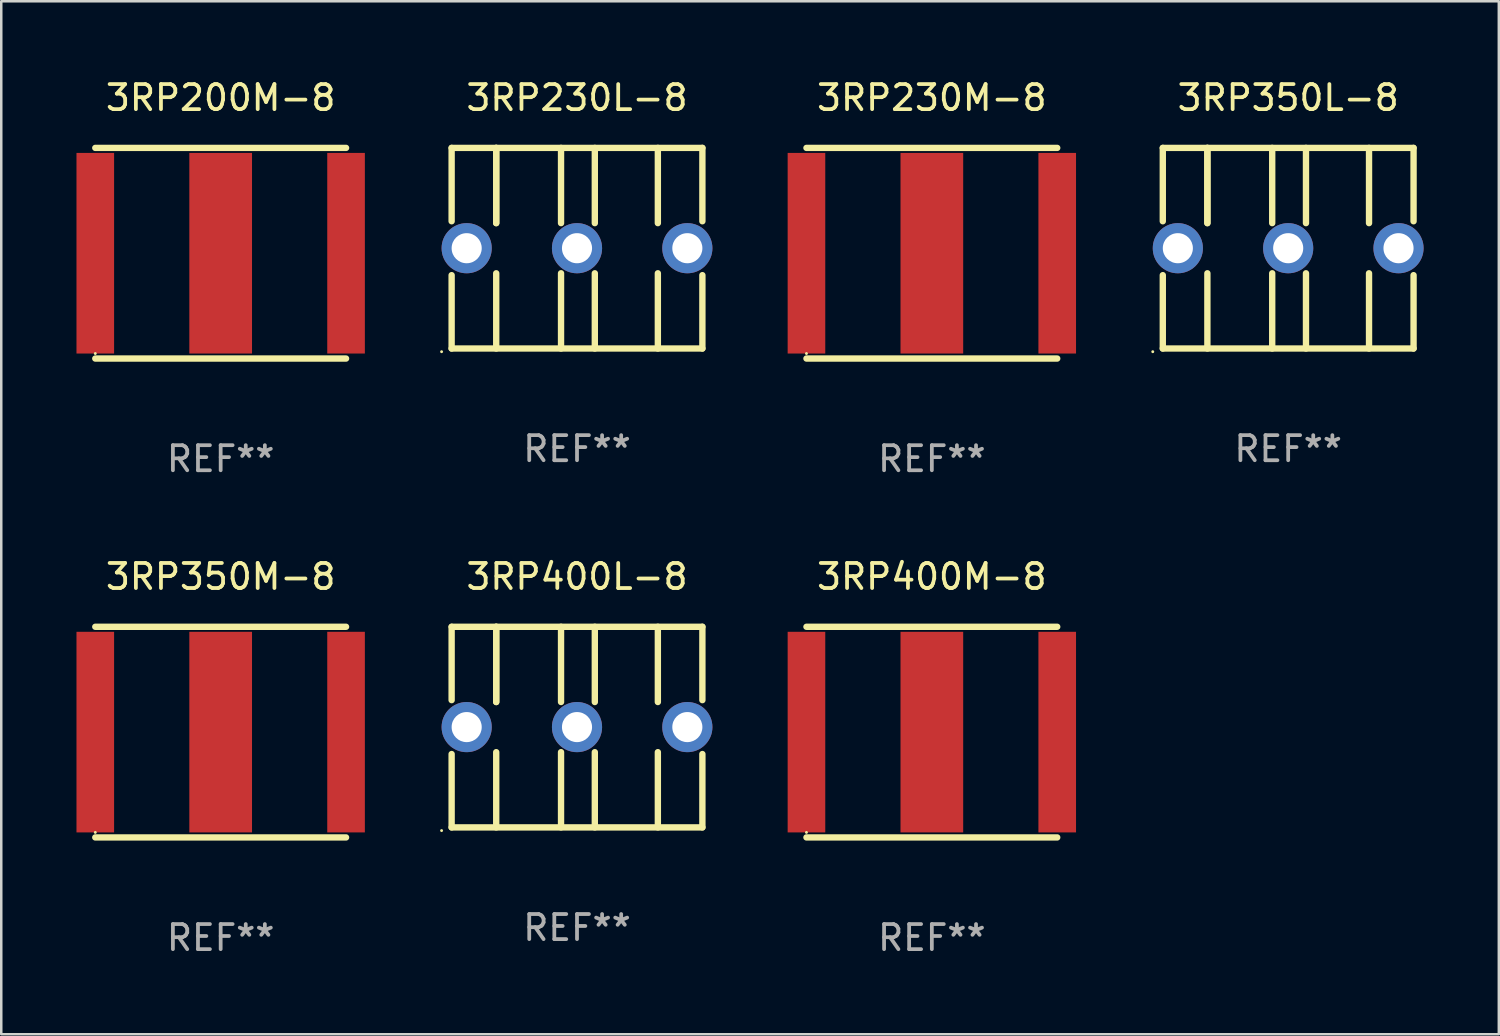
<source format=kicad_pcb>
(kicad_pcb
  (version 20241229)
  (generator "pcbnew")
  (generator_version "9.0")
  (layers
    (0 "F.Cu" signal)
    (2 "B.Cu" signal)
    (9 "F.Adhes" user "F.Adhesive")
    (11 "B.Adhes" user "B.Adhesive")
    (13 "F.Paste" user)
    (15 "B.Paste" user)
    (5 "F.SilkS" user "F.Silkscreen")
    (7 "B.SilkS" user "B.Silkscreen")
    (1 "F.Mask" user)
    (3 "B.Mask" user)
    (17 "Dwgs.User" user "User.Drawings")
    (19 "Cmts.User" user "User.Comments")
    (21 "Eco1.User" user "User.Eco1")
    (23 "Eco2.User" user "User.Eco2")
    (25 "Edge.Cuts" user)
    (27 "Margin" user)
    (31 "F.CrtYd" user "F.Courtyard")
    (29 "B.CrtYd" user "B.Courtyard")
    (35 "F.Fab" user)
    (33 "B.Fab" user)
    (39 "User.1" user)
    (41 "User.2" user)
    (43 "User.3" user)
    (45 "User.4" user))
  (footprint "3RP400L-8"
    (layer "F.Cu")
    (at 19.96 25.945)
    (property "Reference" "3RP400L-8" (at 0 -6 0) (layer "F.SilkS") (effects (font (size 1 1) (thickness 0.15))))
    (attr through_hole)
    (fp_line (start -5 -4) (end -5 -1.075) (stroke (width 0.254) (type solid)) (layer "F.SilkS"))
    (fp_line (start -5 -4) (end 5 -4) (stroke (width 0.254) (type solid)) (layer "F.SilkS"))
    (fp_line (start -5 1.075) (end -5 4) (stroke (width 0.254) (type solid)) (layer "F.SilkS"))
    (fp_line (start -5 4) (end 5 4) (stroke (width 0.254) (type solid)) (layer "F.SilkS"))
    (fp_line (start -3.222 -1) (end -3.222 -4) (stroke (width 0.254) (type solid)) (layer "F.SilkS"))
    (fp_line (start -3.222 -1) (end -3.222 -4) (stroke (width 0.254) (type solid)) (layer "F.SilkS"))
    (fp_line (start -3.222 1) (end -3.222 4) (stroke (width 0.254) (type solid)) (layer "F.SilkS"))
    (fp_line (start -0.637 -1) (end -0.637 -4) (stroke (width 0.254) (type solid)) (layer "F.SilkS"))
    (fp_line (start -0.637 1) (end -0.637 4) (stroke (width 0.254) (type solid)) (layer "F.SilkS"))
    (fp_line (start 0.71 -1) (end 0.71 -4) (stroke (width 0.254) (type solid)) (layer "F.SilkS"))
    (fp_line (start 0.71 1) (end 0.71 4) (stroke (width 0.254) (type solid)) (layer "F.SilkS"))
    (fp_line (start 3.224 -1) (end 3.224 -4) (stroke (width 0.254) (type solid)) (layer "F.SilkS"))
    (fp_line (start 3.224 1) (end 3.224 4) (stroke (width 0.254) (type solid)) (layer "F.SilkS"))
    (fp_line (start 5 -4) (end 5 -1.075) (stroke (width 0.254) (type solid)) (layer "F.SilkS"))
    (fp_line (start 5 1.075) (end 5 4) (stroke (width 0.254) (type solid)) (layer "F.SilkS"))
    (fp_circle (center -5.4 4.127) (end -5.37 4.127) (stroke (width 0.06) (type solid)) (fill no) (layer "F.SilkS"))
    (fp_text user "REF**" (at 0 8 0) (layer "F.Fab") (effects (font (size 1 1) (thickness 0.15))))
    (pad "1" thru_hole circle (at -4.4 0) (size 2 2) (drill 1.2) (layers "*.Cu" "*.Mask"))
    (pad "2" thru_hole circle (at 4.4 0) (size 2 2) (drill 1.2) (layers "*.Cu" "*.Mask"))
    (pad "3" thru_hole circle (at 0 0) (size 2 2) (drill 1.2) (layers "*.Cu" "*.Mask")))
  (footprint "3RP350M-8"
    (layer "F.Cu")
    (at 5.75 26.145)
    (property "Reference" "3RP350M-8" (at 0 -6.2 0) (layer "F.SilkS") (effects (font (size 1 1) (thickness 0.15))))
    (attr through_hole)
    (fp_line (start -5 -4.2) (end 5 -4.2) (stroke (width 0.254) (type solid)) (layer "F.SilkS"))
    (fp_line (start -5 4.2) (end 5 4.2) (stroke (width 0.254) (type solid)) (layer "F.SilkS"))
    (fp_circle (center -5 4) (end -4.97 4) (stroke (width 0.06) (type solid)) (fill no) (layer "F.SilkS"))
    (fp_text user "REF**" (at 0 8.2 0) (layer "F.Fab") (effects (font (size 1 1) (thickness 0.15))))
    (pad "1" smd rect (at -5 0) (size 1.5 8) (layers "F.Cu" "F.Mask" "F.Paste"))
    (pad "2" smd rect (at 5 0) (size 1.5 8) (layers "F.Cu" "F.Mask" "F.Paste"))
    (pad "3" smd rect (at 0 0) (size 2.5 8) (layers "F.Cu" "F.Mask" "F.Paste")))
  (footprint "3RP200M-8"
    (layer "F.Cu")
    (at 5.75 7.048)
    (property "Reference" "3RP200M-8" (at 0 -6.2 0) (layer "F.SilkS") (effects (font (size 1 1) (thickness 0.15))))
    (attr through_hole)
    (fp_line (start -5 -4.2) (end 5 -4.2) (stroke (width 0.254) (type solid)) (layer "F.SilkS"))
    (fp_line (start -5 4.2) (end 5 4.2) (stroke (width 0.254) (type solid)) (layer "F.SilkS"))
    (fp_circle (center -5 4) (end -4.97 4) (stroke (width 0.06) (type solid)) (fill no) (layer "F.SilkS"))
    (fp_text user "REF**" (at 0 8.2 0) (layer "F.Fab") (effects (font (size 1 1) (thickness 0.15))))
    (pad "1" smd rect (at -5 0) (size 1.5 8) (layers "F.Cu" "F.Mask" "F.Paste"))
    (pad "2" smd rect (at 5 0) (size 1.5 8) (layers "F.Cu" "F.Mask" "F.Paste"))
    (pad "3" smd rect (at 0 0) (size 2.5 8) (layers "F.Cu" "F.Mask" "F.Paste")))
  (footprint "3RP350L-8"
    (layer "F.Cu")
    (at 48.32 6.848)
    (property "Reference" "3RP350L-8" (at 0 -6 0) (layer "F.SilkS") (effects (font (size 1 1) (thickness 0.15))))
    (attr through_hole)
    (fp_line (start -5 -4) (end -5 -1.075) (stroke (width 0.254) (type solid)) (layer "F.SilkS"))
    (fp_line (start -5 -4) (end 5 -4) (stroke (width 0.254) (type solid)) (layer "F.SilkS"))
    (fp_line (start -5 1.075) (end -5 4) (stroke (width 0.254) (type solid)) (layer "F.SilkS"))
    (fp_line (start -5 4) (end 5 4) (stroke (width 0.254) (type solid)) (layer "F.SilkS"))
    (fp_line (start -3.222 -1) (end -3.222 -4) (stroke (width 0.254) (type solid)) (layer "F.SilkS"))
    (fp_line (start -3.222 -1) (end -3.222 -4) (stroke (width 0.254) (type solid)) (layer "F.SilkS"))
    (fp_line (start -3.222 1) (end -3.222 4) (stroke (width 0.254) (type solid)) (layer "F.SilkS"))
    (fp_line (start -0.637 -1) (end -0.637 -4) (stroke (width 0.254) (type solid)) (layer "F.SilkS"))
    (fp_line (start -0.637 1) (end -0.637 4) (stroke (width 0.254) (type solid)) (layer "F.SilkS"))
    (fp_line (start 0.71 -1) (end 0.71 -4) (stroke (width 0.254) (type solid)) (layer "F.SilkS"))
    (fp_line (start 0.71 1) (end 0.71 4) (stroke (width 0.254) (type solid)) (layer "F.SilkS"))
    (fp_line (start 3.224 -1) (end 3.224 -4) (stroke (width 0.254) (type solid)) (layer "F.SilkS"))
    (fp_line (start 3.224 1) (end 3.224 4) (stroke (width 0.254) (type solid)) (layer "F.SilkS"))
    (fp_line (start 5 -4) (end 5 -1.075) (stroke (width 0.254) (type solid)) (layer "F.SilkS"))
    (fp_line (start 5 1.075) (end 5 4) (stroke (width 0.254) (type solid)) (layer "F.SilkS"))
    (fp_circle (center -5.4 4.127) (end -5.37 4.127) (stroke (width 0.06) (type solid)) (fill no) (layer "F.SilkS"))
    (fp_text user "REF**" (at 0 8 0) (layer "F.Fab") (effects (font (size 1 1) (thickness 0.15))))
    (pad "1" thru_hole circle (at -4.4 0) (size 2 2) (drill 1.2) (layers "*.Cu" "*.Mask"))
    (pad "2" thru_hole circle (at 4.4 0) (size 2 2) (drill 1.2) (layers "*.Cu" "*.Mask"))
    (pad "3" thru_hole circle (at 0 0) (size 2 2) (drill 1.2) (layers "*.Cu" "*.Mask")))
  (footprint "3RP230M-8"
    (layer "F.Cu")
    (at 34.11 7.048)
    (property "Reference" "3RP230M-8" (at 0 -6.2 0) (layer "F.SilkS") (effects (font (size 1 1) (thickness 0.15))))
    (attr through_hole)
    (fp_line (start -5 -4.2) (end 5 -4.2) (stroke (width 0.254) (type solid)) (layer "F.SilkS"))
    (fp_line (start -5 4.2) (end 5 4.2) (stroke (width 0.254) (type solid)) (layer "F.SilkS"))
    (fp_circle (center -5 4) (end -4.97 4) (stroke (width 0.06) (type solid)) (fill no) (layer "F.SilkS"))
    (fp_text user "REF**" (at 0 8.2 0) (layer "F.Fab") (effects (font (size 1 1) (thickness 0.15))))
    (pad "1" smd rect (at -5 0) (size 1.5 8) (layers "F.Cu" "F.Mask" "F.Paste"))
    (pad "2" smd rect (at 5 0) (size 1.5 8) (layers "F.Cu" "F.Mask" "F.Paste"))
    (pad "3" smd rect (at 0 0) (size 2.5 8) (layers "F.Cu" "F.Mask" "F.Paste")))
  (footprint "3RP400M-8"
    (layer "F.Cu")
    (at 34.11 26.145)
    (property "Reference" "3RP400M-8" (at 0 -6.2 0) (layer "F.SilkS") (effects (font (size 1 1) (thickness 0.15))))
    (attr through_hole)
    (fp_line (start -5 -4.2) (end 5 -4.2) (stroke (width 0.254) (type solid)) (layer "F.SilkS"))
    (fp_line (start -5 4.2) (end 5 4.2) (stroke (width 0.254) (type solid)) (layer "F.SilkS"))
    (fp_circle (center -5 4) (end -4.97 4) (stroke (width 0.06) (type solid)) (fill no) (layer "F.SilkS"))
    (fp_text user "REF**" (at 0 8.2 0) (layer "F.Fab") (effects (font (size 1 1) (thickness 0.15))))
    (pad "1" smd rect (at -5 0) (size 1.5 8) (layers "F.Cu" "F.Mask" "F.Paste"))
    (pad "2" smd rect (at 5 0) (size 1.5 8) (layers "F.Cu" "F.Mask" "F.Paste"))
    (pad "3" smd rect (at 0 0) (size 2.5 8) (layers "F.Cu" "F.Mask" "F.Paste")))
  (footprint "3RP230L-8"
    (layer "F.Cu")
    (at 19.96 6.848)
    (property "Reference" "3RP230L-8" (at 0 -6 0) (layer "F.SilkS") (effects (font (size 1 1) (thickness 0.15))))
    (attr through_hole)
    (fp_line (start -5 -4) (end -5 -1.075) (stroke (width 0.254) (type solid)) (layer "F.SilkS"))
    (fp_line (start -5 -4) (end 5 -4) (stroke (width 0.254) (type solid)) (layer "F.SilkS"))
    (fp_line (start -5 1.075) (end -5 4) (stroke (width 0.254) (type solid)) (layer "F.SilkS"))
    (fp_line (start -5 4) (end 5 4) (stroke (width 0.254) (type solid)) (layer "F.SilkS"))
    (fp_line (start -3.222 -1) (end -3.222 -4) (stroke (width 0.254) (type solid)) (layer "F.SilkS"))
    (fp_line (start -3.222 -1) (end -3.222 -4) (stroke (width 0.254) (type solid)) (layer "F.SilkS"))
    (fp_line (start -3.222 1) (end -3.222 4) (stroke (width 0.254) (type solid)) (layer "F.SilkS"))
    (fp_line (start -0.637 -1) (end -0.637 -4) (stroke (width 0.254) (type solid)) (layer "F.SilkS"))
    (fp_line (start -0.637 1) (end -0.637 4) (stroke (width 0.254) (type solid)) (layer "F.SilkS"))
    (fp_line (start 0.71 -1) (end 0.71 -4) (stroke (width 0.254) (type solid)) (layer "F.SilkS"))
    (fp_line (start 0.71 1) (end 0.71 4) (stroke (width 0.254) (type solid)) (layer "F.SilkS"))
    (fp_line (start 3.224 -1) (end 3.224 -4) (stroke (width 0.254) (type solid)) (layer "F.SilkS"))
    (fp_line (start 3.224 1) (end 3.224 4) (stroke (width 0.254) (type solid)) (layer "F.SilkS"))
    (fp_line (start 5 -4) (end 5 -1.075) (stroke (width 0.254) (type solid)) (layer "F.SilkS"))
    (fp_line (start 5 1.075) (end 5 4) (stroke (width 0.254) (type solid)) (layer "F.SilkS"))
    (fp_circle (center -5.4 4.127) (end -5.37 4.127) (stroke (width 0.06) (type solid)) (fill no) (layer "F.SilkS"))
    (fp_text user "REF**" (at 0 8 0) (layer "F.Fab") (effects (font (size 1 1) (thickness 0.15))))
    (pad "1" thru_hole circle (at -4.4 0) (size 2 2) (drill 1.2) (layers "*.Cu" "*.Mask"))
    (pad "2" thru_hole circle (at 4.4 0) (size 2 2) (drill 1.2) (layers "*.Cu" "*.Mask"))
    (pad "3" thru_hole circle (at 0 0) (size 2 2) (drill 1.2) (layers "*.Cu" "*.Mask")))
  (gr_rect
    (start -3 -3)
    (end 56.72 38.193)
    (stroke (width 0.1) (type default))
    (fill no)
    (layer "Edge.Cuts")))
</source>
